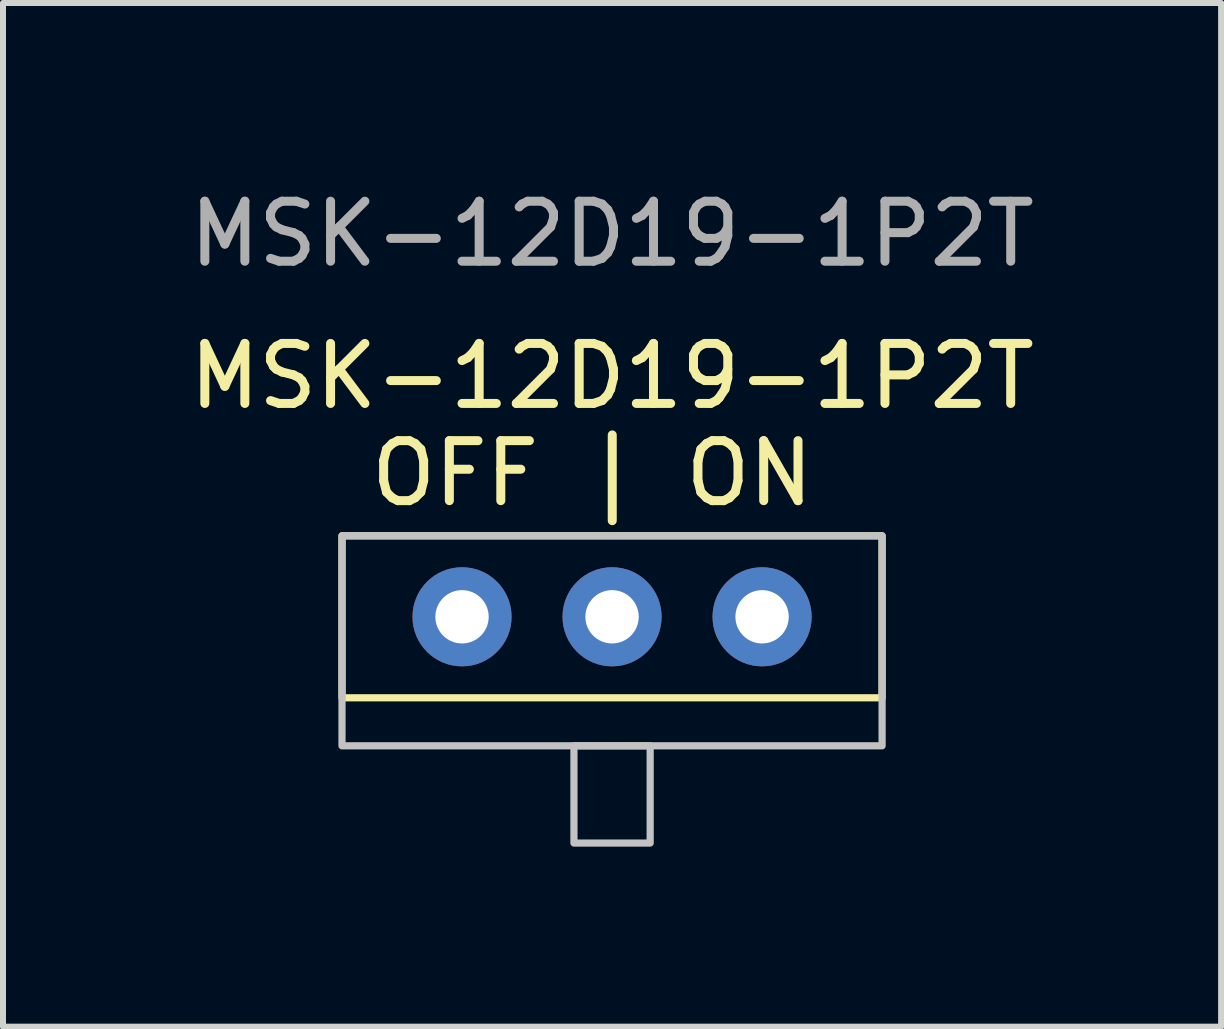
<source format=kicad_pcb>
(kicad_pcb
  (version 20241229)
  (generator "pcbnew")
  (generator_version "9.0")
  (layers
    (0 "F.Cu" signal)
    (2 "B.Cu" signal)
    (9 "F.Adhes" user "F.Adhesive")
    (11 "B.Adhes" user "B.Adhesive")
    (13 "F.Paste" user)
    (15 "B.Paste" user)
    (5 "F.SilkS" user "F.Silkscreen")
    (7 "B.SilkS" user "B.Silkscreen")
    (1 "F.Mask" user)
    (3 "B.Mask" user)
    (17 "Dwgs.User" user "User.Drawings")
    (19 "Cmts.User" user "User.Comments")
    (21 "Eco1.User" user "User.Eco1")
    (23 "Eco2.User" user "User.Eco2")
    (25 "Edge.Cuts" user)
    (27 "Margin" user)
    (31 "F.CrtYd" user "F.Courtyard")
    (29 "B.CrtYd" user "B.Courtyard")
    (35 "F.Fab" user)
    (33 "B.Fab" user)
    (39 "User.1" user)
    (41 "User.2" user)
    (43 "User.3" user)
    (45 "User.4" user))
  (footprint "MSK-12D19-1P2T"
    (layer "F.Cu")
    (at 7.149 7.228)
    (property "Reference" "MSK-12D19-1P2T" (at 0 -4.01 0) (unlocked yes) (layer "F.SilkS") (effects (font (size 1 1) (thickness 0.15))))
    (attr through_hole)
    (fp_rect (start -4.5 -1.35) (end 4.5 1.35) (stroke (width 0.12) (type solid)) (fill no) (layer "F.SilkS"))
    (fp_rect (start -4.5 -1.35) (end 4.5 2.15) (stroke (width 0.12) (type solid)) (fill no) (layer "Dwgs.User"))
    (fp_rect (start -0.635 2.15) (end 0.635 3.77) (stroke (width 0.12) (type solid)) (fill no) (layer "Dwgs.User"))
    (fp_text user "OFF | ON" (at -0.33 -2.39 0) (unlocked yes) (layer "F.SilkS") (effects (font (size 1 1) (thickness 0.15))))
    (fp_text user "${REFERENCE}" (at 0 -6.38 0) (unlocked yes) (layer "F.Fab") (effects (font (size 1 1) (thickness 0.15))))
    (pad "1" thru_hole circle (at 0 0 180) (size 1.651 1.651) (drill 0.889) (layers "*.Cu" "*.Mask"))
    (pad "2" thru_hole circle (at -2.5 0 180) (size 1.651 1.651) (drill 0.889) (layers "*.Cu" "*.Mask"))
    (pad "3" thru_hole circle (at 2.5 0 180) (size 1.651 1.651) (drill 0.889) (layers "*.Cu" "*.Mask")))
  (gr_rect
    (start -3 -3)
    (end 17.298 14.058)
    (stroke (width 0.1) (type default))
    (fill no)
    (layer "Edge.Cuts")))
</source>
